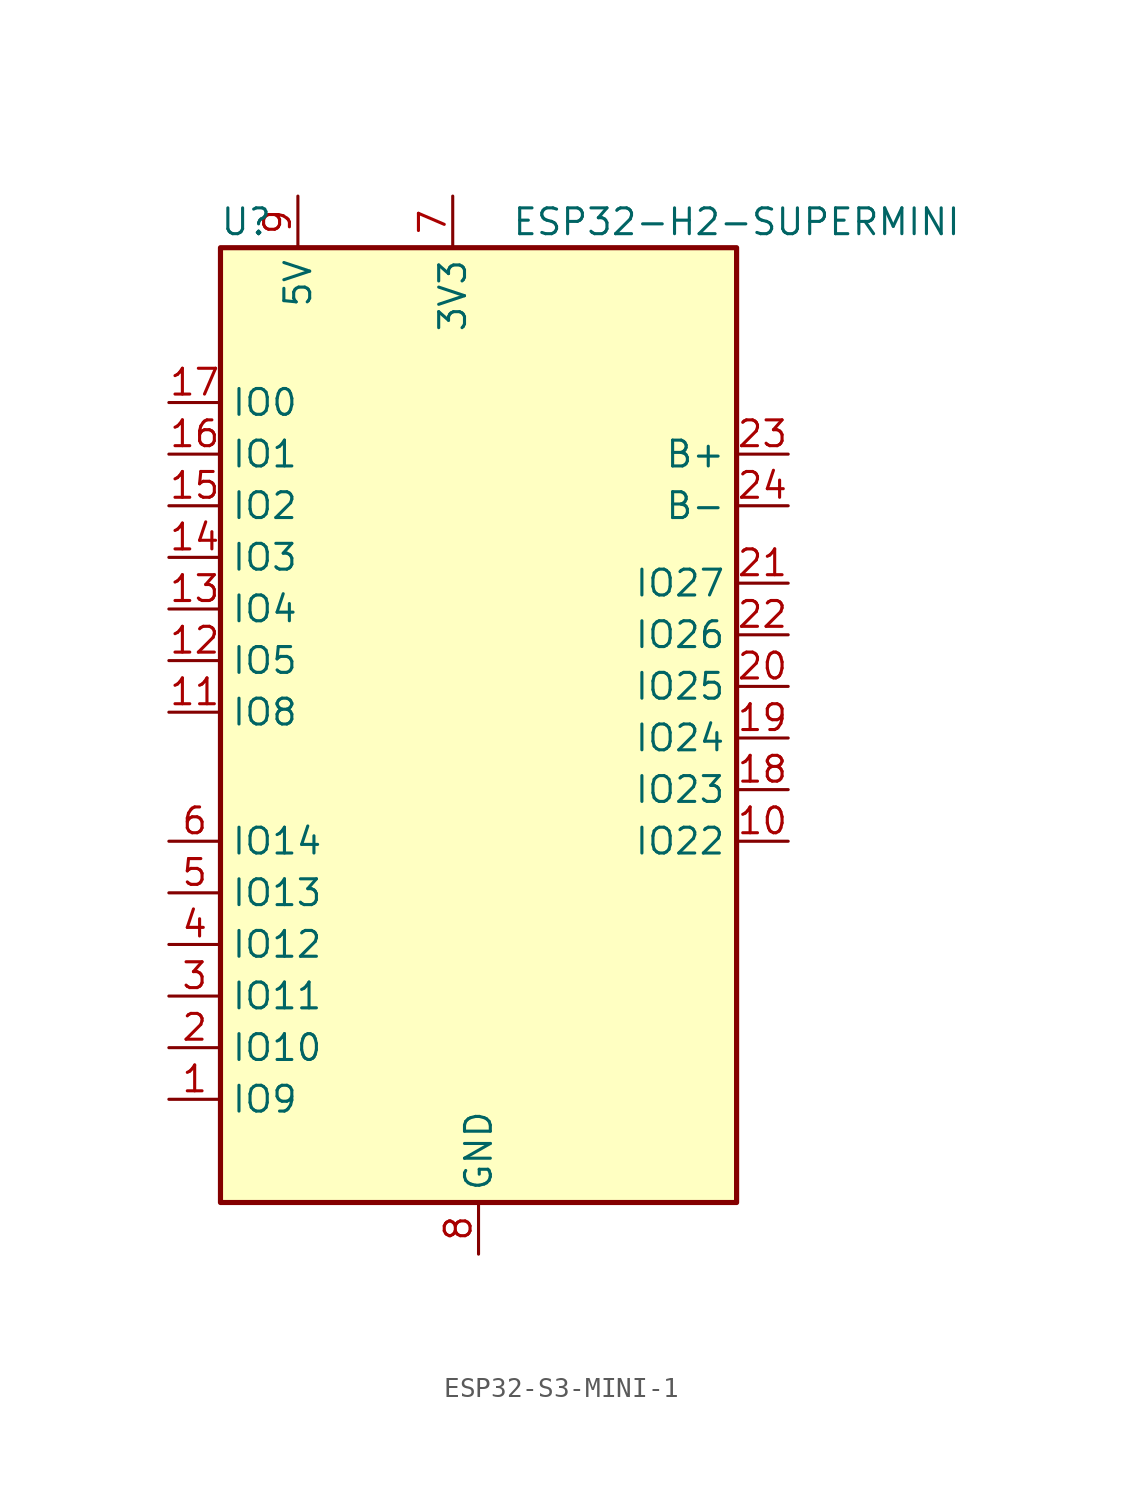
<source format=kicad_sym>
(kicad_symbol_lib
  (version 20231120)
  (generator "kicad_symbol_editor")
  (generator_version "8.0")
  (symbol "ESP32-S3-MINI-1"
    (property "Reference" "U"
      (at -11.43 29.21 0)
      (effects (font (size 1.27 1.27))))
    (property "Value" "ESP32-H2-SUPERMINI"
      (at 12.7 29.21 0)
      (effects (font (size 1.27 1.27))))
    (symbol "ESP32-S3-MINI-1_0_1"
      (rectangle (start -12.7 27.94) (end 12.7 -19.05) (stroke (width 0.254) (type default)) (fill (type background))))
    (symbol "ESP32-S3-MINI-1_1_1"
      (pin bidirectional line (at -15.24 -13.97 0) (length 2.54) (name "IO9" (effects (font (size 1.27 1.27)))) (number "1" (effects (font (size 1.27 1.27)))))
      (pin bidirectional line (at 15.24 -1.27 180) (length 2.54) (name "IO22" (effects (font (size 1.27 1.27)))) (number "10" (effects (font (size 1.27 1.27)))))
      (pin bidirectional line (at -15.24 5.08 0) (length 2.54) (name "IO8" (effects (font (size 1.27 1.27)))) (number "11" (effects (font (size 1.27 1.27)))))
      (pin bidirectional line (at -15.24 7.62 0) (length 2.54) (name "IO5" (effects (font (size 1.27 1.27)))) (number "12" (effects (font (size 1.27 1.27)))))
      (pin bidirectional line (at -15.24 10.16 0) (length 2.54) (name "IO4" (effects (font (size 1.27 1.27)))) (number "13" (effects (font (size 1.27 1.27)))))
      (pin bidirectional line (at -15.24 12.7 0) (length 2.54) (name "IO3" (effects (font (size 1.27 1.27)))) (number "14" (effects (font (size 1.27 1.27)))))
      (pin bidirectional line (at -15.24 15.24 0) (length 2.54) (name "IO2" (effects (font (size 1.27 1.27)))) (number "15" (effects (font (size 1.27 1.27)))))
      (pin bidirectional line (at -15.24 17.78 0) (length 2.54) (name "IO1" (effects (font (size 1.27 1.27)))) (number "16" (effects (font (size 1.27 1.27)))))
      (pin bidirectional line (at -15.24 20.32 0) (length 2.54) (name "IO0" (effects (font (size 1.27 1.27)))) (number "17" (effects (font (size 1.27 1.27)))))
      (pin bidirectional line (at 15.24 1.27 180) (length 2.54) (name "IO23" (effects (font (size 1.27 1.27)))) (number "18" (effects (font (size 1.27 1.27)))))
      (pin bidirectional line (at 15.24 3.81 180) (length 2.54) (name "IO24" (effects (font (size 1.27 1.27)))) (number "19" (effects (font (size 1.27 1.27)))))
      (pin bidirectional line (at -15.24 -11.43 0) (length 2.54) (name "IO10" (effects (font (size 1.27 1.27)))) (number "2" (effects (font (size 1.27 1.27)))))
      (pin bidirectional line (at 15.24 6.35 180) (length 2.54) (name "IO25" (effects (font (size 1.27 1.27)))) (number "20" (effects (font (size 1.27 1.27)))))
      (pin bidirectional line (at 15.24 11.43 180) (length 2.54) (name "IO27" (effects (font (size 1.27 1.27)))) (number "21" (effects (font (size 1.27 1.27)))))
      (pin bidirectional line (at 15.24 8.89 180) (length 2.54) (name "IO26" (effects (font (size 1.27 1.27)))) (number "22" (effects (font (size 1.27 1.27)))))
      (pin bidirectional line (at 15.24 17.78 180) (length 2.54) (name "B+" (effects (font (size 1.27 1.27)))) (number "23" (effects (font (size 1.27 1.27)))) (alternate "IO19" bidirectional line))
      (pin bidirectional line (at 15.24 15.24 180) (length 2.54) (name "B-" (effects (font (size 1.27 1.27)))) (number "24" (effects (font (size 1.27 1.27)))) (alternate "IO20" bidirectional line))
      (pin bidirectional line (at -15.24 -8.89 0) (length 2.54) (name "IO11" (effects (font (size 1.27 1.27)))) (number "3" (effects (font (size 1.27 1.27)))))
      (pin bidirectional line (at -15.24 -6.35 0) (length 2.54) (name "IO12" (effects (font (size 1.27 1.27)))) (number "4" (effects (font (size 1.27 1.27)))))
      (pin bidirectional line (at -15.24 -3.81 0) (length 2.54) (name "IO13" (effects (font (size 1.27 1.27)))) (number "5" (effects (font (size 1.27 1.27)))))
      (pin bidirectional line (at -15.24 -1.27 0) (length 2.54) (name "IO14" (effects (font (size 1.27 1.27)))) (number "6" (effects (font (size 1.27 1.27)))))
      (pin power_in line (at -1.27 30.48 270) (length 2.54) (name "3V3" (effects (font (size 1.27 1.27)))) (number "7" (effects (font (size 1.27 1.27)))))
      (pin power_out line (at 0 -21.59 90) (length 2.54) (name "GND" (effects (font (size 1.27 1.27)))) (number "8" (effects (font (size 1.27 1.27)))))
      (pin power_in line (at -8.89 30.48 270) (length 2.54) (name "5V" (effects (font (size 1.27 1.27)))) (number "9" (effects (font (size 1.27 1.27))))))))
</source>
